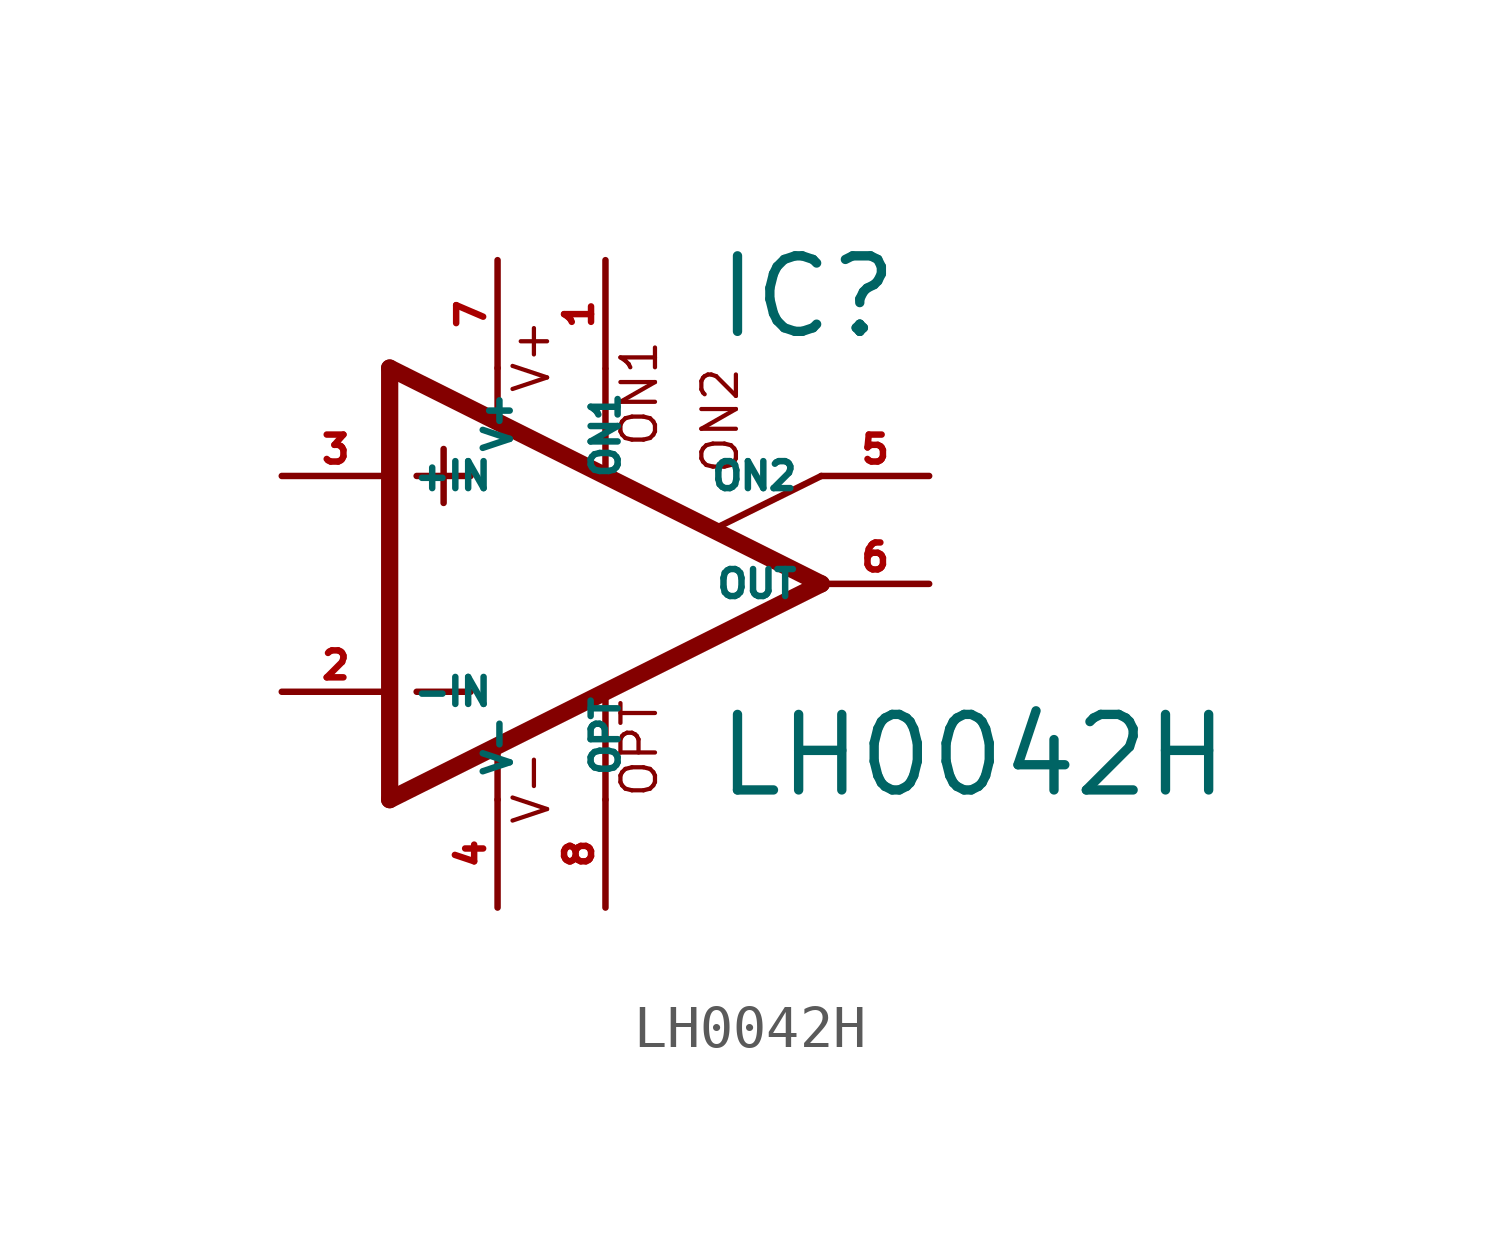
<source format=kicad_sym>
(kicad_symbol_lib
  (version 20220914)
  (generator Eagle2Kicad)
  (symbol "LH0042H"
    (property "Reference" "IC"
      (at 2.54 5.715 0)
      (effects (font (size 1.778 1.778) (thickness 0.22)) (justify left bottom)))
    (property "Value" "LH0042H"
      (at 2.54 -5.08 0)
      (effects (font (size 1.778 1.778) (thickness 0.22)) (justify left bottom)))
    (polyline
      (pts (xy -3.81 3.175) (xy -3.81 1.905))
      (stroke (width 0.152) (type default))
      (fill (type none)))
    (polyline
      (pts (xy -4.445 2.54) (xy -3.175 2.54))
      (stroke (width 0.152) (type default))
      (fill (type none)))
    (polyline
      (pts (xy -4.445 -2.54) (xy -3.175 -2.54))
      (stroke (width 0.152) (type default))
      (fill (type none)))
    (polyline
      (pts (xy -2.54 5.08) (xy -2.54 3.886))
      (stroke (width 0.152) (type default))
      (fill (type none)))
    (polyline
      (pts (xy 0 5.055) (xy 0 2.616))
      (stroke (width 0.152) (type default))
      (fill (type none)))
    (polyline
      (pts (xy 0 -2.616) (xy 0 -5.08))
      (stroke (width 0.152) (type default))
      (fill (type none)))
    (polyline
      (pts (xy -2.54 -3.912) (xy -2.54 -5.08))
      (stroke (width 0.152) (type default))
      (fill (type none)))
    (polyline
      (pts (xy 5.08 2.54) (xy 2.616 1.321))
      (stroke (width 0.152) (type default))
      (fill (type none)))
    (polyline
      (pts (xy 5.08 0) (xy -5.08 5.08))
      (stroke (width 0.406) (type default))
      (fill (type none)))
    (polyline
      (pts (xy -5.08 5.08) (xy -5.08 -5.08))
      (stroke (width 0.406) (type default))
      (fill (type none)))
    (polyline
      (pts (xy -5.08 -5.08) (xy 5.08 0))
      (stroke (width 0.406) (type default))
      (fill (type none)))
    (text "ON1"
      (at 1.27 3.175 900)
      (effects (font (size 0.813 0.813) (thickness 0.10)) (justify left bottom)))
    (text "ON2"
      (at 3.175 2.54 900)
      (effects (font (size 0.813 0.813) (thickness 0.10)) (justify left bottom)))
    (text "OPT"
      (at 1.27 -5.08 900)
      (effects (font (size 0.813 0.813) (thickness 0.10)) (justify left bottom)))
    (text "V+"
      (at -1.27 4.445 900)
      (effects (font (size 0.813 0.813) (thickness 0.10)) (justify left bottom)))
    (text "V-"
      (at -1.27 -5.715 900)
      (effects (font (size 0.813 0.813) (thickness 0.10)) (justify left bottom)))
    (pin passive line
      (at 7.62 2.54 180)
      (length 2.54)
      (name "ON2" (effects (font (size 0.635 0.635) (thickness 0.08)) (justify left bottom)))
      (number "5" (effects (font (size 0.635 0.635) (thickness 0.08)) (justify left bottom))))
    (pin passive line
      (at 0 7.62 270)
      (length 2.54)
      (name "ON1" (effects (font (size 0.635 0.635) (thickness 0.08)) (justify left bottom)))
      (number "1" (effects (font (size 0.635 0.635) (thickness 0.08)) (justify left bottom))))
    (pin input line
      (at -7.62 -2.54 0)
      (length 2.54)
      (name "-IN" (effects (font (size 0.635 0.635) (thickness 0.08)) (justify left bottom)))
      (number "2" (effects (font (size 0.635 0.635) (thickness 0.08)) (justify left bottom))))
    (pin input line
      (at -7.62 2.54 0)
      (length 2.54)
      (name "+IN" (effects (font (size 0.635 0.635) (thickness 0.08)) (justify left bottom)))
      (number "3" (effects (font (size 0.635 0.635) (thickness 0.08)) (justify left bottom))))
    (pin output line
      (at 7.62 0 180)
      (length 2.54)
      (name "OUT" (effects (font (size 0.635 0.635) (thickness 0.08)) (justify left bottom)))
      (number "6" (effects (font (size 0.635 0.635) (thickness 0.08)) (justify left bottom))))
    (pin passive line
      (at 0 -7.62 90)
      (length 2.54)
      (name "OPT" (effects (font (size 0.635 0.635) (thickness 0.08)) (justify left bottom)))
      (number "8" (effects (font (size 0.635 0.635) (thickness 0.08)) (justify left bottom))))
    (pin unspecified line
      (at -2.54 7.62 270)
      (length 2.54)
      (name "V+" (effects (font (size 0.635 0.635) (thickness 0.08)) (justify left bottom)))
      (number "7" (effects (font (size 0.635 0.635) (thickness 0.08)) (justify left bottom))))
    (pin unspecified line
      (at -2.54 -7.62 90)
      (length 2.54)
      (name "V-" (effects (font (size 0.635 0.635) (thickness 0.08)) (justify left bottom)))
      (number "4" (effects (font (size 0.635 0.635) (thickness 0.08)) (justify left bottom))))))
</source>
